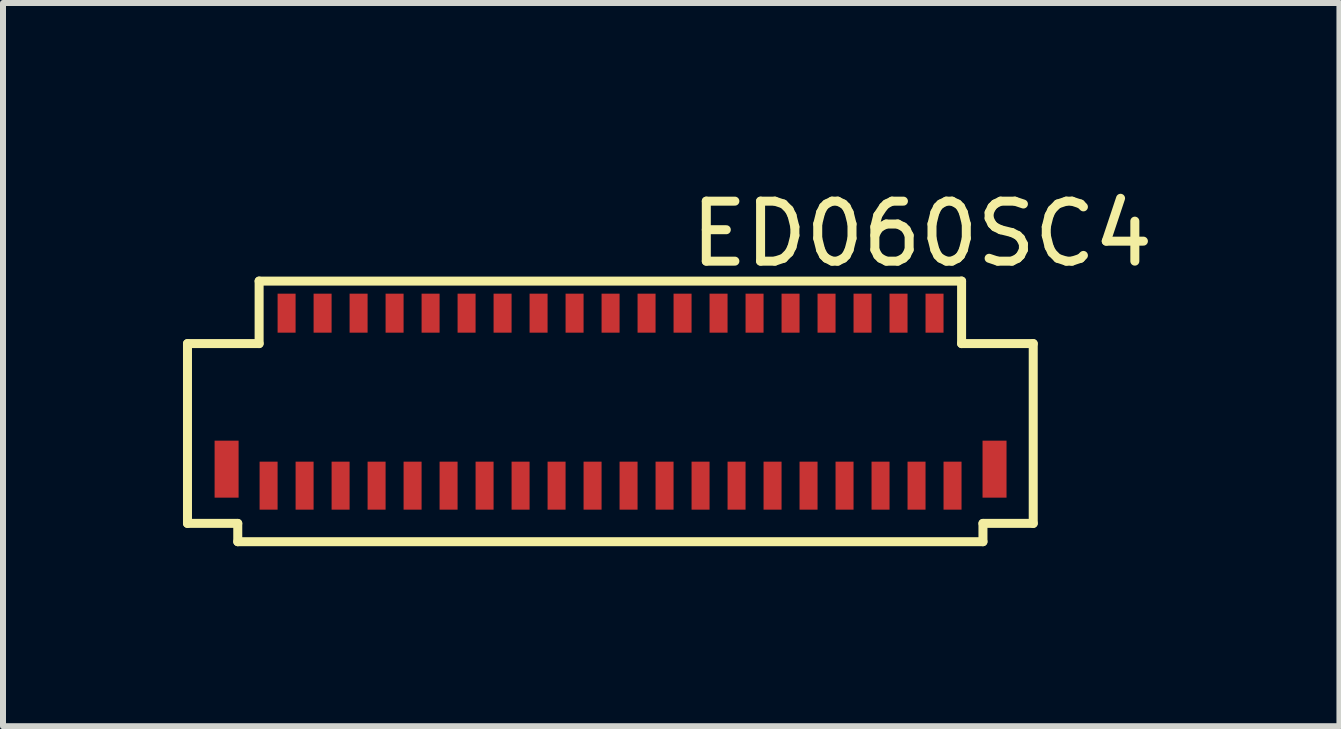
<source format=kicad_pcb>
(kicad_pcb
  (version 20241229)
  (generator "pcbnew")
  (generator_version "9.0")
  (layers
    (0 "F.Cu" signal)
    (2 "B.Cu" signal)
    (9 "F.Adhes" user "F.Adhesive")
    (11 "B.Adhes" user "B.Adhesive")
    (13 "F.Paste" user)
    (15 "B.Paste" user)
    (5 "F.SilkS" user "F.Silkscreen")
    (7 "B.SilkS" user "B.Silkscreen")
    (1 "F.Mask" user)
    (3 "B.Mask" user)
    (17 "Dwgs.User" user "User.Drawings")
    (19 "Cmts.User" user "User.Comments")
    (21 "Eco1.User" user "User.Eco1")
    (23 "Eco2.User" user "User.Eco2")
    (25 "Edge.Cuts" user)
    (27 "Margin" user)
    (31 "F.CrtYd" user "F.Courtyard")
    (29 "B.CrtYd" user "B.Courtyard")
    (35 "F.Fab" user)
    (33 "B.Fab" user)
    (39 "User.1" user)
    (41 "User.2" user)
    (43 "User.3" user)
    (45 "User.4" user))
  (footprint "ED060SC4"
    (layer "F.Cu")
    (at 7.111 3.845)
    (property "Reference" "ED060SC4" (at 5.207 -2.997 0) (layer "F.SilkS") (effects (font (size 1 1) (thickness 0.15))))
    (attr smd)
    (fp_line (start -7.036 -1.168) (end -5.842 -1.168) (stroke (width 0.15) (type solid)) (layer "F.SilkS"))
    (fp_line (start -7.036 1.829) (end -7.036 -1.168) (stroke (width 0.15) (type solid)) (layer "F.SilkS"))
    (fp_line (start -6.198 1.829) (end -7.036 1.829) (stroke (width 0.15) (type solid)) (layer "F.SilkS"))
    (fp_line (start -6.198 2.134) (end -6.198 1.829) (stroke (width 0.15) (type solid)) (layer "F.SilkS"))
    (fp_line (start -6.198 2.134) (end 6.223 2.134) (stroke (width 0.15) (type solid)) (layer "F.SilkS"))
    (fp_line (start -5.842 -2.21) (end 5.867 -2.21) (stroke (width 0.15) (type solid)) (layer "F.SilkS"))
    (fp_line (start -5.842 -1.168) (end -5.842 -2.21) (stroke (width 0.15) (type solid)) (layer "F.SilkS"))
    (fp_line (start 5.867 -1.168) (end 5.867 -2.21) (stroke (width 0.15) (type solid)) (layer "F.SilkS"))
    (fp_line (start 6.223 1.829) (end 7.061 1.829) (stroke (width 0.15) (type solid)) (layer "F.SilkS"))
    (fp_line (start 6.223 2.134) (end 6.223 1.829) (stroke (width 0.15) (type solid)) (layer "F.SilkS"))
    (fp_line (start 7.061 -1.168) (end 5.867 -1.168) (stroke (width 0.15) (type solid)) (layer "F.SilkS"))
    (fp_line (start 7.061 1.829) (end 7.061 -1.168) (stroke (width 0.15) (type solid)) (layer "F.SilkS"))
    (pad "0" smd rect (at -6.384 0.925) (size 0.4 0.95) (layers "F.Cu" "F.Mask" "F.Paste"))
    (pad "0" smd rect (at 6.416 0.925) (size 0.4 0.95) (layers "F.Cu" "F.Mask" "F.Paste"))
    (pad "1" smd rect (at -5.684 1.2) (size 0.3 0.8) (layers "F.Cu" "F.Mask" "F.Paste"))
    (pad "2" smd rect (at -5.384 -1.675) (size 0.3 0.65) (layers "F.Cu" "F.Mask" "F.Paste"))
    (pad "3" smd rect (at -5.084 1.2) (size 0.3 0.8) (layers "F.Cu" "F.Mask" "F.Paste"))
    (pad "4" smd rect (at -4.784 -1.675) (size 0.3 0.65) (layers "F.Cu" "F.Mask" "F.Paste"))
    (pad "5" smd rect (at -4.484 1.2) (size 0.3 0.8) (layers "F.Cu" "F.Mask" "F.Paste"))
    (pad "6" smd rect (at -4.184 -1.675) (size 0.3 0.65) (layers "F.Cu" "F.Mask" "F.Paste"))
    (pad "7" smd rect (at -3.884 1.2) (size 0.3 0.8) (layers "F.Cu" "F.Mask" "F.Paste"))
    (pad "8" smd rect (at -3.584 -1.675) (size 0.3 0.65) (layers "F.Cu" "F.Mask" "F.Paste"))
    (pad "9" smd rect (at -3.284 1.2) (size 0.3 0.8) (layers "F.Cu" "F.Mask" "F.Paste"))
    (pad "10" smd rect (at -2.984 -1.675) (size 0.3 0.65) (layers "F.Cu" "F.Mask" "F.Paste"))
    (pad "11" smd rect (at -2.684 1.2) (size 0.3 0.8) (layers "F.Cu" "F.Mask" "F.Paste"))
    (pad "12" smd rect (at -2.384 -1.675) (size 0.3 0.65) (layers "F.Cu" "F.Mask" "F.Paste"))
    (pad "13" smd rect (at -2.084 1.2) (size 0.3 0.8) (layers "F.Cu" "F.Mask" "F.Paste"))
    (pad "14" smd rect (at -1.784 -1.675) (size 0.3 0.65) (layers "F.Cu" "F.Mask" "F.Paste"))
    (pad "15" smd rect (at -1.484 1.2) (size 0.3 0.8) (layers "F.Cu" "F.Mask" "F.Paste"))
    (pad "16" smd rect (at -1.184 -1.675) (size 0.3 0.65) (layers "F.Cu" "F.Mask" "F.Paste"))
    (pad "17" smd rect (at -0.884 1.2) (size 0.3 0.8) (layers "F.Cu" "F.Mask" "F.Paste"))
    (pad "18" smd rect (at -0.584 -1.675) (size 0.3 0.65) (layers "F.Cu" "F.Mask" "F.Paste"))
    (pad "19" smd rect (at -0.284 1.2) (size 0.3 0.8) (layers "F.Cu" "F.Mask" "F.Paste"))
    (pad "20" smd rect (at 0.016 -1.675) (size 0.3 0.65) (layers "F.Cu" "F.Mask" "F.Paste"))
    (pad "21" smd rect (at 0.316 1.2) (size 0.3 0.8) (layers "F.Cu" "F.Mask" "F.Paste"))
    (pad "22" smd rect (at 0.616 -1.675) (size 0.3 0.65) (layers "F.Cu" "F.Mask" "F.Paste"))
    (pad "23" smd rect (at 0.916 1.2) (size 0.3 0.8) (layers "F.Cu" "F.Mask" "F.Paste"))
    (pad "24" smd rect (at 1.216 -1.675) (size 0.3 0.65) (layers "F.Cu" "F.Mask" "F.Paste"))
    (pad "25" smd rect (at 1.516 1.2) (size 0.3 0.8) (layers "F.Cu" "F.Mask" "F.Paste"))
    (pad "26" smd rect (at 1.816 -1.675) (size 0.3 0.65) (layers "F.Cu" "F.Mask" "F.Paste"))
    (pad "27" smd rect (at 2.116 1.2) (size 0.3 0.8) (layers "F.Cu" "F.Mask" "F.Paste"))
    (pad "28" smd rect (at 2.416 -1.675) (size 0.3 0.65) (layers "F.Cu" "F.Mask" "F.Paste"))
    (pad "29" smd rect (at 2.716 1.2) (size 0.3 0.8) (layers "F.Cu" "F.Mask" "F.Paste"))
    (pad "30" smd rect (at 3.016 -1.675) (size 0.3 0.65) (layers "F.Cu" "F.Mask" "F.Paste"))
    (pad "31" smd rect (at 3.316 1.2) (size 0.3 0.8) (layers "F.Cu" "F.Mask" "F.Paste"))
    (pad "32" smd rect (at 3.616 -1.675) (size 0.3 0.65) (layers "F.Cu" "F.Mask" "F.Paste"))
    (pad "33" smd rect (at 3.916 1.2) (size 0.3 0.8) (layers "F.Cu" "F.Mask" "F.Paste"))
    (pad "34" smd rect (at 4.216 -1.675) (size 0.3 0.65) (layers "F.Cu" "F.Mask" "F.Paste"))
    (pad "35" smd rect (at 4.516 1.2) (size 0.3 0.8) (layers "F.Cu" "F.Mask" "F.Paste"))
    (pad "36" smd rect (at 4.816 -1.675) (size 0.3 0.65) (layers "F.Cu" "F.Mask" "F.Paste"))
    (pad "37" smd rect (at 5.116 1.2) (size 0.3 0.8) (layers "F.Cu" "F.Mask" "F.Paste"))
    (pad "38" smd rect (at 5.416 -1.675) (size 0.3 0.65) (layers "F.Cu" "F.Mask" "F.Paste"))
    (pad "39" smd rect (at 5.716 1.2) (size 0.3 0.8) (layers "F.Cu" "F.Mask" "F.Paste")))
  (gr_rect
    (start -3 -3)
    (end 19.276 9.054)
    (stroke (width 0.1) (type default))
    (fill no)
    (layer "Edge.Cuts")))
</source>
